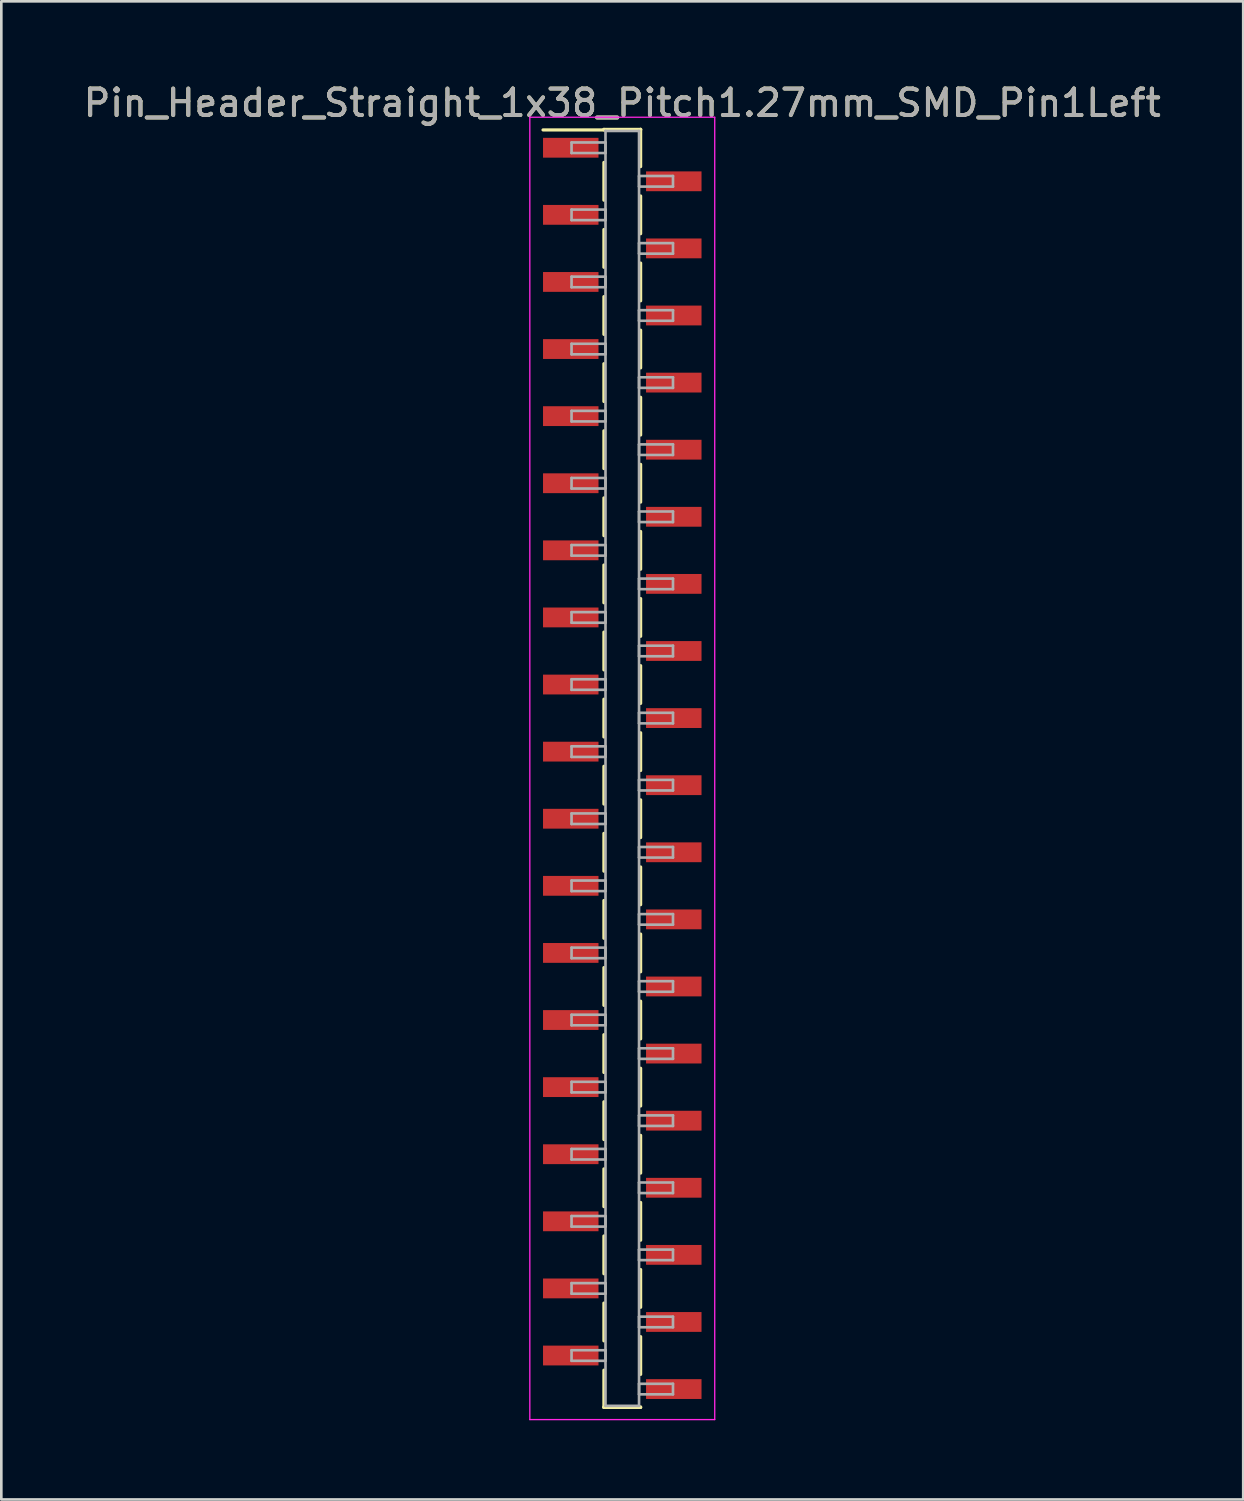
<source format=kicad_pcb>
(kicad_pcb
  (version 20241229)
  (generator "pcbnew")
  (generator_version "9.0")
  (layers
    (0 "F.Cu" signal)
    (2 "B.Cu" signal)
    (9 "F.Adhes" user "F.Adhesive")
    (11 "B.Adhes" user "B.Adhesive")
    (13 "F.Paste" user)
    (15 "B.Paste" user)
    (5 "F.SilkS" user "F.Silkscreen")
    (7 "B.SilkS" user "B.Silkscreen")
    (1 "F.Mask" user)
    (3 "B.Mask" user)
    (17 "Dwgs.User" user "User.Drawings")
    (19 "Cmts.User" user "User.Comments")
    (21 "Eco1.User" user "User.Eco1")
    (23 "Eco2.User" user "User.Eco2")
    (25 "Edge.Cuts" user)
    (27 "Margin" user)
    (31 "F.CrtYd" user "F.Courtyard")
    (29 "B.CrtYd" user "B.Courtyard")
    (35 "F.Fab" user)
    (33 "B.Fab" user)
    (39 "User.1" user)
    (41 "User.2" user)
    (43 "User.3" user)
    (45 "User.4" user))
  (footprint "Pin_Header_Straight_1x38_Pitch1.27mm_SMD_Pin1Left"
    (layer "F.Cu")
    (at 20.506 26.038)
    (property "Reference" "Pin_Header_Straight_1x38_Pitch1.27mm_SMD_Pin1Left" (at 0 -25.19 0) (layer "F.SilkS") (effects (font (size 1 1) (thickness 0.15))))
    (attr smd)
    (fp_line (start -0.695 -24.19) (end 0.695 -24.19) (stroke (width 0.12) (type solid)) (layer "F.SilkS"))
    (fp_line (start -0.695 -24.17) (end -3 -24.17) (stroke (width 0.12) (type solid)) (layer "F.SilkS"))
    (fp_line (start -0.695 -24.17) (end -0.695 -24.19) (stroke (width 0.12) (type solid)) (layer "F.SilkS"))
    (fp_line (start -0.695 -22.94) (end -0.695 -21.51) (stroke (width 0.12) (type solid)) (layer "F.SilkS"))
    (fp_line (start -0.695 -20.4) (end -0.695 -18.97) (stroke (width 0.12) (type solid)) (layer "F.SilkS"))
    (fp_line (start -0.695 -17.86) (end -0.695 -16.43) (stroke (width 0.12) (type solid)) (layer "F.SilkS"))
    (fp_line (start -0.695 -15.32) (end -0.695 -13.89) (stroke (width 0.12) (type solid)) (layer "F.SilkS"))
    (fp_line (start -0.695 -12.78) (end -0.695 -11.35) (stroke (width 0.12) (type solid)) (layer "F.SilkS"))
    (fp_line (start -0.695 -10.24) (end -0.695 -8.81) (stroke (width 0.12) (type solid)) (layer "F.SilkS"))
    (fp_line (start -0.695 -7.7) (end -0.695 -6.27) (stroke (width 0.12) (type solid)) (layer "F.SilkS"))
    (fp_line (start -0.695 -5.16) (end -0.695 -3.73) (stroke (width 0.12) (type solid)) (layer "F.SilkS"))
    (fp_line (start -0.695 -2.62) (end -0.695 -1.19) (stroke (width 0.12) (type solid)) (layer "F.SilkS"))
    (fp_line (start -0.695 -0.08) (end -0.695 1.35) (stroke (width 0.12) (type solid)) (layer "F.SilkS"))
    (fp_line (start -0.695 2.46) (end -0.695 3.89) (stroke (width 0.12) (type solid)) (layer "F.SilkS"))
    (fp_line (start -0.695 5) (end -0.695 6.43) (stroke (width 0.12) (type solid)) (layer "F.SilkS"))
    (fp_line (start -0.695 7.54) (end -0.695 8.97) (stroke (width 0.12) (type solid)) (layer "F.SilkS"))
    (fp_line (start -0.695 10.08) (end -0.695 11.51) (stroke (width 0.12) (type solid)) (layer "F.SilkS"))
    (fp_line (start -0.695 12.62) (end -0.695 14.05) (stroke (width 0.12) (type solid)) (layer "F.SilkS"))
    (fp_line (start -0.695 15.16) (end -0.695 16.59) (stroke (width 0.12) (type solid)) (layer "F.SilkS"))
    (fp_line (start -0.695 17.7) (end -0.695 19.13) (stroke (width 0.12) (type solid)) (layer "F.SilkS"))
    (fp_line (start -0.695 20.24) (end -0.695 21.67) (stroke (width 0.12) (type solid)) (layer "F.SilkS"))
    (fp_line (start -0.695 22.78) (end -0.695 24.19) (stroke (width 0.12) (type solid)) (layer "F.SilkS"))
    (fp_line (start -0.695 24.17) (end -0.695 24.19) (stroke (width 0.12) (type solid)) (layer "F.SilkS"))
    (fp_line (start -0.695 24.19) (end 0.695 24.19) (stroke (width 0.12) (type solid)) (layer "F.SilkS"))
    (fp_line (start 0.695 -24.19) (end 0.695 -24.17) (stroke (width 0.12) (type solid)) (layer "F.SilkS"))
    (fp_line (start 0.695 -24.19) (end 0.695 -22.78) (stroke (width 0.12) (type solid)) (layer "F.SilkS"))
    (fp_line (start 0.695 -21.67) (end 0.695 -20.24) (stroke (width 0.12) (type solid)) (layer "F.SilkS"))
    (fp_line (start 0.695 -19.13) (end 0.695 -17.7) (stroke (width 0.12) (type solid)) (layer "F.SilkS"))
    (fp_line (start 0.695 -16.59) (end 0.695 -15.16) (stroke (width 0.12) (type solid)) (layer "F.SilkS"))
    (fp_line (start 0.695 -14.05) (end 0.695 -12.62) (stroke (width 0.12) (type solid)) (layer "F.SilkS"))
    (fp_line (start 0.695 -11.51) (end 0.695 -10.08) (stroke (width 0.12) (type solid)) (layer "F.SilkS"))
    (fp_line (start 0.695 -8.97) (end 0.695 -7.54) (stroke (width 0.12) (type solid)) (layer "F.SilkS"))
    (fp_line (start 0.695 -6.43) (end 0.695 -5) (stroke (width 0.12) (type solid)) (layer "F.SilkS"))
    (fp_line (start 0.695 -3.89) (end 0.695 -2.46) (stroke (width 0.12) (type solid)) (layer "F.SilkS"))
    (fp_line (start 0.695 -1.35) (end 0.695 0.08) (stroke (width 0.12) (type solid)) (layer "F.SilkS"))
    (fp_line (start 0.695 1.19) (end 0.695 2.62) (stroke (width 0.12) (type solid)) (layer "F.SilkS"))
    (fp_line (start 0.695 3.73) (end 0.695 5.16) (stroke (width 0.12) (type solid)) (layer "F.SilkS"))
    (fp_line (start 0.695 6.27) (end 0.695 7.7) (stroke (width 0.12) (type solid)) (layer "F.SilkS"))
    (fp_line (start 0.695 8.81) (end 0.695 10.24) (stroke (width 0.12) (type solid)) (layer "F.SilkS"))
    (fp_line (start 0.695 11.35) (end 0.695 12.78) (stroke (width 0.12) (type solid)) (layer "F.SilkS"))
    (fp_line (start 0.695 13.89) (end 0.695 15.32) (stroke (width 0.12) (type solid)) (layer "F.SilkS"))
    (fp_line (start 0.695 16.43) (end 0.695 17.86) (stroke (width 0.12) (type solid)) (layer "F.SilkS"))
    (fp_line (start 0.695 18.97) (end 0.695 20.4) (stroke (width 0.12) (type solid)) (layer "F.SilkS"))
    (fp_line (start 0.695 21.51) (end 0.695 22.94) (stroke (width 0.12) (type solid)) (layer "F.SilkS"))
    (fp_line (start 0.695 24.19) (end 0.695 24.17) (stroke (width 0.12) (type solid)) (layer "F.SilkS"))
    (fp_line (start -3.5 -24.65) (end -3.5 24.65) (stroke (width 0.05) (type solid)) (layer "F.CrtYd"))
    (fp_line (start -3.5 24.65) (end 3.5 24.65) (stroke (width 0.05) (type solid)) (layer "F.CrtYd"))
    (fp_line (start 3.5 -24.65) (end -3.5 -24.65) (stroke (width 0.05) (type solid)) (layer "F.CrtYd"))
    (fp_line (start 3.5 24.65) (end 3.5 -24.65) (stroke (width 0.05) (type solid)) (layer "F.CrtYd"))
    (fp_line (start -1.92 -23.695) (end -0.635 -23.695) (stroke (width 0.1) (type solid)) (layer "F.Fab"))
    (fp_line (start -1.92 -23.295) (end -1.92 -23.695) (stroke (width 0.1) (type solid)) (layer "F.Fab"))
    (fp_line (start -1.92 -21.155) (end -0.635 -21.155) (stroke (width 0.1) (type solid)) (layer "F.Fab"))
    (fp_line (start -1.92 -20.755) (end -1.92 -21.155) (stroke (width 0.1) (type solid)) (layer "F.Fab"))
    (fp_line (start -1.92 -18.615) (end -0.635 -18.615) (stroke (width 0.1) (type solid)) (layer "F.Fab"))
    (fp_line (start -1.92 -18.215) (end -1.92 -18.615) (stroke (width 0.1) (type solid)) (layer "F.Fab"))
    (fp_line (start -1.92 -16.075) (end -0.635 -16.075) (stroke (width 0.1) (type solid)) (layer "F.Fab"))
    (fp_line (start -1.92 -15.675) (end -1.92 -16.075) (stroke (width 0.1) (type solid)) (layer "F.Fab"))
    (fp_line (start -1.92 -13.535) (end -0.635 -13.535) (stroke (width 0.1) (type solid)) (layer "F.Fab"))
    (fp_line (start -1.92 -13.135) (end -1.92 -13.535) (stroke (width 0.1) (type solid)) (layer "F.Fab"))
    (fp_line (start -1.92 -10.995) (end -0.635 -10.995) (stroke (width 0.1) (type solid)) (layer "F.Fab"))
    (fp_line (start -1.92 -10.595) (end -1.92 -10.995) (stroke (width 0.1) (type solid)) (layer "F.Fab"))
    (fp_line (start -1.92 -8.455) (end -0.635 -8.455) (stroke (width 0.1) (type solid)) (layer "F.Fab"))
    (fp_line (start -1.92 -8.055) (end -1.92 -8.455) (stroke (width 0.1) (type solid)) (layer "F.Fab"))
    (fp_line (start -1.92 -5.915) (end -0.635 -5.915) (stroke (width 0.1) (type solid)) (layer "F.Fab"))
    (fp_line (start -1.92 -5.515) (end -1.92 -5.915) (stroke (width 0.1) (type solid)) (layer "F.Fab"))
    (fp_line (start -1.92 -3.375) (end -0.635 -3.375) (stroke (width 0.1) (type solid)) (layer "F.Fab"))
    (fp_line (start -1.92 -2.975) (end -1.92 -3.375) (stroke (width 0.1) (type solid)) (layer "F.Fab"))
    (fp_line (start -1.92 -0.835) (end -0.635 -0.835) (stroke (width 0.1) (type solid)) (layer "F.Fab"))
    (fp_line (start -1.92 -0.435) (end -1.92 -0.835) (stroke (width 0.1) (type solid)) (layer "F.Fab"))
    (fp_line (start -1.92 1.705) (end -0.635 1.705) (stroke (width 0.1) (type solid)) (layer "F.Fab"))
    (fp_line (start -1.92 2.105) (end -1.92 1.705) (stroke (width 0.1) (type solid)) (layer "F.Fab"))
    (fp_line (start -1.92 4.245) (end -0.635 4.245) (stroke (width 0.1) (type solid)) (layer "F.Fab"))
    (fp_line (start -1.92 4.645) (end -1.92 4.245) (stroke (width 0.1) (type solid)) (layer "F.Fab"))
    (fp_line (start -1.92 6.785) (end -0.635 6.785) (stroke (width 0.1) (type solid)) (layer "F.Fab"))
    (fp_line (start -1.92 7.185) (end -1.92 6.785) (stroke (width 0.1) (type solid)) (layer "F.Fab"))
    (fp_line (start -1.92 9.325) (end -0.635 9.325) (stroke (width 0.1) (type solid)) (layer "F.Fab"))
    (fp_line (start -1.92 9.725) (end -1.92 9.325) (stroke (width 0.1) (type solid)) (layer "F.Fab"))
    (fp_line (start -1.92 11.865) (end -0.635 11.865) (stroke (width 0.1) (type solid)) (layer "F.Fab"))
    (fp_line (start -1.92 12.265) (end -1.92 11.865) (stroke (width 0.1) (type solid)) (layer "F.Fab"))
    (fp_line (start -1.92 14.405) (end -0.635 14.405) (stroke (width 0.1) (type solid)) (layer "F.Fab"))
    (fp_line (start -1.92 14.805) (end -1.92 14.405) (stroke (width 0.1) (type solid)) (layer "F.Fab"))
    (fp_line (start -1.92 16.945) (end -0.635 16.945) (stroke (width 0.1) (type solid)) (layer "F.Fab"))
    (fp_line (start -1.92 17.345) (end -1.92 16.945) (stroke (width 0.1) (type solid)) (layer "F.Fab"))
    (fp_line (start -1.92 19.485) (end -0.635 19.485) (stroke (width 0.1) (type solid)) (layer "F.Fab"))
    (fp_line (start -1.92 19.885) (end -1.92 19.485) (stroke (width 0.1) (type solid)) (layer "F.Fab"))
    (fp_line (start -1.92 22.025) (end -0.635 22.025) (stroke (width 0.1) (type solid)) (layer "F.Fab"))
    (fp_line (start -1.92 22.425) (end -1.92 22.025) (stroke (width 0.1) (type solid)) (layer "F.Fab"))
    (fp_line (start -0.635 -24.13) (end -0.635 24.13) (stroke (width 0.1) (type solid)) (layer "F.Fab"))
    (fp_line (start -0.635 -23.695) (end -0.635 -23.295) (stroke (width 0.1) (type solid)) (layer "F.Fab"))
    (fp_line (start -0.635 -23.295) (end -1.92 -23.295) (stroke (width 0.1) (type solid)) (layer "F.Fab"))
    (fp_line (start -0.635 -21.155) (end -0.635 -20.755) (stroke (width 0.1) (type solid)) (layer "F.Fab"))
    (fp_line (start -0.635 -20.755) (end -1.92 -20.755) (stroke (width 0.1) (type solid)) (layer "F.Fab"))
    (fp_line (start -0.635 -18.615) (end -0.635 -18.215) (stroke (width 0.1) (type solid)) (layer "F.Fab"))
    (fp_line (start -0.635 -18.215) (end -1.92 -18.215) (stroke (width 0.1) (type solid)) (layer "F.Fab"))
    (fp_line (start -0.635 -16.075) (end -0.635 -15.675) (stroke (width 0.1) (type solid)) (layer "F.Fab"))
    (fp_line (start -0.635 -15.675) (end -1.92 -15.675) (stroke (width 0.1) (type solid)) (layer "F.Fab"))
    (fp_line (start -0.635 -13.535) (end -0.635 -13.135) (stroke (width 0.1) (type solid)) (layer "F.Fab"))
    (fp_line (start -0.635 -13.135) (end -1.92 -13.135) (stroke (width 0.1) (type solid)) (layer "F.Fab"))
    (fp_line (start -0.635 -10.995) (end -0.635 -10.595) (stroke (width 0.1) (type solid)) (layer "F.Fab"))
    (fp_line (start -0.635 -10.595) (end -1.92 -10.595) (stroke (width 0.1) (type solid)) (layer "F.Fab"))
    (fp_line (start -0.635 -8.455) (end -0.635 -8.055) (stroke (width 0.1) (type solid)) (layer "F.Fab"))
    (fp_line (start -0.635 -8.055) (end -1.92 -8.055) (stroke (width 0.1) (type solid)) (layer "F.Fab"))
    (fp_line (start -0.635 -5.915) (end -0.635 -5.515) (stroke (width 0.1) (type solid)) (layer "F.Fab"))
    (fp_line (start -0.635 -5.515) (end -1.92 -5.515) (stroke (width 0.1) (type solid)) (layer "F.Fab"))
    (fp_line (start -0.635 -3.375) (end -0.635 -2.975) (stroke (width 0.1) (type solid)) (layer "F.Fab"))
    (fp_line (start -0.635 -2.975) (end -1.92 -2.975) (stroke (width 0.1) (type solid)) (layer "F.Fab"))
    (fp_line (start -0.635 -0.835) (end -0.635 -0.435) (stroke (width 0.1) (type solid)) (layer "F.Fab"))
    (fp_line (start -0.635 -0.435) (end -1.92 -0.435) (stroke (width 0.1) (type solid)) (layer "F.Fab"))
    (fp_line (start -0.635 1.705) (end -0.635 2.105) (stroke (width 0.1) (type solid)) (layer "F.Fab"))
    (fp_line (start -0.635 2.105) (end -1.92 2.105) (stroke (width 0.1) (type solid)) (layer "F.Fab"))
    (fp_line (start -0.635 4.245) (end -0.635 4.645) (stroke (width 0.1) (type solid)) (layer "F.Fab"))
    (fp_line (start -0.635 4.645) (end -1.92 4.645) (stroke (width 0.1) (type solid)) (layer "F.Fab"))
    (fp_line (start -0.635 6.785) (end -0.635 7.185) (stroke (width 0.1) (type solid)) (layer "F.Fab"))
    (fp_line (start -0.635 7.185) (end -1.92 7.185) (stroke (width 0.1) (type solid)) (layer "F.Fab"))
    (fp_line (start -0.635 9.325) (end -0.635 9.725) (stroke (width 0.1) (type solid)) (layer "F.Fab"))
    (fp_line (start -0.635 9.725) (end -1.92 9.725) (stroke (width 0.1) (type solid)) (layer "F.Fab"))
    (fp_line (start -0.635 11.865) (end -0.635 12.265) (stroke (width 0.1) (type solid)) (layer "F.Fab"))
    (fp_line (start -0.635 12.265) (end -1.92 12.265) (stroke (width 0.1) (type solid)) (layer "F.Fab"))
    (fp_line (start -0.635 14.405) (end -0.635 14.805) (stroke (width 0.1) (type solid)) (layer "F.Fab"))
    (fp_line (start -0.635 14.805) (end -1.92 14.805) (stroke (width 0.1) (type solid)) (layer "F.Fab"))
    (fp_line (start -0.635 16.945) (end -0.635 17.345) (stroke (width 0.1) (type solid)) (layer "F.Fab"))
    (fp_line (start -0.635 17.345) (end -1.92 17.345) (stroke (width 0.1) (type solid)) (layer "F.Fab"))
    (fp_line (start -0.635 19.485) (end -0.635 19.885) (stroke (width 0.1) (type solid)) (layer "F.Fab"))
    (fp_line (start -0.635 19.885) (end -1.92 19.885) (stroke (width 0.1) (type solid)) (layer "F.Fab"))
    (fp_line (start -0.635 22.025) (end -0.635 22.425) (stroke (width 0.1) (type solid)) (layer "F.Fab"))
    (fp_line (start -0.635 22.425) (end -1.92 22.425) (stroke (width 0.1) (type solid)) (layer "F.Fab"))
    (fp_line (start -0.635 24.13) (end 0.635 24.13) (stroke (width 0.1) (type solid)) (layer "F.Fab"))
    (fp_line (start 0.635 -24.13) (end -0.635 -24.13) (stroke (width 0.1) (type solid)) (layer "F.Fab"))
    (fp_line (start 0.635 -22.425) (end 0.635 -22.025) (stroke (width 0.1) (type solid)) (layer "F.Fab"))
    (fp_line (start 0.635 -22.025) (end 1.92 -22.025) (stroke (width 0.1) (type solid)) (layer "F.Fab"))
    (fp_line (start 0.635 -19.885) (end 0.635 -19.485) (stroke (width 0.1) (type solid)) (layer "F.Fab"))
    (fp_line (start 0.635 -19.485) (end 1.92 -19.485) (stroke (width 0.1) (type solid)) (layer "F.Fab"))
    (fp_line (start 0.635 -17.345) (end 0.635 -16.945) (stroke (width 0.1) (type solid)) (layer "F.Fab"))
    (fp_line (start 0.635 -16.945) (end 1.92 -16.945) (stroke (width 0.1) (type solid)) (layer "F.Fab"))
    (fp_line (start 0.635 -14.805) (end 0.635 -14.405) (stroke (width 0.1) (type solid)) (layer "F.Fab"))
    (fp_line (start 0.635 -14.405) (end 1.92 -14.405) (stroke (width 0.1) (type solid)) (layer "F.Fab"))
    (fp_line (start 0.635 -12.265) (end 0.635 -11.865) (stroke (width 0.1) (type solid)) (layer "F.Fab"))
    (fp_line (start 0.635 -11.865) (end 1.92 -11.865) (stroke (width 0.1) (type solid)) (layer "F.Fab"))
    (fp_line (start 0.635 -9.725) (end 0.635 -9.325) (stroke (width 0.1) (type solid)) (layer "F.Fab"))
    (fp_line (start 0.635 -9.325) (end 1.92 -9.325) (stroke (width 0.1) (type solid)) (layer "F.Fab"))
    (fp_line (start 0.635 -7.185) (end 0.635 -6.785) (stroke (width 0.1) (type solid)) (layer "F.Fab"))
    (fp_line (start 0.635 -6.785) (end 1.92 -6.785) (stroke (width 0.1) (type solid)) (layer "F.Fab"))
    (fp_line (start 0.635 -4.645) (end 0.635 -4.245) (stroke (width 0.1) (type solid)) (layer "F.Fab"))
    (fp_line (start 0.635 -4.245) (end 1.92 -4.245) (stroke (width 0.1) (type solid)) (layer "F.Fab"))
    (fp_line (start 0.635 -2.105) (end 0.635 -1.705) (stroke (width 0.1) (type solid)) (layer "F.Fab"))
    (fp_line (start 0.635 -1.705) (end 1.92 -1.705) (stroke (width 0.1) (type solid)) (layer "F.Fab"))
    (fp_line (start 0.635 0.435) (end 0.635 0.835) (stroke (width 0.1) (type solid)) (layer "F.Fab"))
    (fp_line (start 0.635 0.835) (end 1.92 0.835) (stroke (width 0.1) (type solid)) (layer "F.Fab"))
    (fp_line (start 0.635 2.975) (end 0.635 3.375) (stroke (width 0.1) (type solid)) (layer "F.Fab"))
    (fp_line (start 0.635 3.375) (end 1.92 3.375) (stroke (width 0.1) (type solid)) (layer "F.Fab"))
    (fp_line (start 0.635 5.515) (end 0.635 5.915) (stroke (width 0.1) (type solid)) (layer "F.Fab"))
    (fp_line (start 0.635 5.915) (end 1.92 5.915) (stroke (width 0.1) (type solid)) (layer "F.Fab"))
    (fp_line (start 0.635 8.055) (end 0.635 8.455) (stroke (width 0.1) (type solid)) (layer "F.Fab"))
    (fp_line (start 0.635 8.455) (end 1.92 8.455) (stroke (width 0.1) (type solid)) (layer "F.Fab"))
    (fp_line (start 0.635 10.595) (end 0.635 10.995) (stroke (width 0.1) (type solid)) (layer "F.Fab"))
    (fp_line (start 0.635 10.995) (end 1.92 10.995) (stroke (width 0.1) (type solid)) (layer "F.Fab"))
    (fp_line (start 0.635 13.135) (end 0.635 13.535) (stroke (width 0.1) (type solid)) (layer "F.Fab"))
    (fp_line (start 0.635 13.535) (end 1.92 13.535) (stroke (width 0.1) (type solid)) (layer "F.Fab"))
    (fp_line (start 0.635 15.675) (end 0.635 16.075) (stroke (width 0.1) (type solid)) (layer "F.Fab"))
    (fp_line (start 0.635 16.075) (end 1.92 16.075) (stroke (width 0.1) (type solid)) (layer "F.Fab"))
    (fp_line (start 0.635 18.215) (end 0.635 18.615) (stroke (width 0.1) (type solid)) (layer "F.Fab"))
    (fp_line (start 0.635 18.615) (end 1.92 18.615) (stroke (width 0.1) (type solid)) (layer "F.Fab"))
    (fp_line (start 0.635 20.755) (end 0.635 21.155) (stroke (width 0.1) (type solid)) (layer "F.Fab"))
    (fp_line (start 0.635 21.155) (end 1.92 21.155) (stroke (width 0.1) (type solid)) (layer "F.Fab"))
    (fp_line (start 0.635 23.295) (end 0.635 23.695) (stroke (width 0.1) (type solid)) (layer "F.Fab"))
    (fp_line (start 0.635 23.695) (end 1.92 23.695) (stroke (width 0.1) (type solid)) (layer "F.Fab"))
    (fp_line (start 0.635 24.13) (end 0.635 -24.13) (stroke (width 0.1) (type solid)) (layer "F.Fab"))
    (fp_line (start 1.92 -22.425) (end 0.635 -22.425) (stroke (width 0.1) (type solid)) (layer "F.Fab"))
    (fp_line (start 1.92 -22.025) (end 1.92 -22.425) (stroke (width 0.1) (type solid)) (layer "F.Fab"))
    (fp_line (start 1.92 -19.885) (end 0.635 -19.885) (stroke (width 0.1) (type solid)) (layer "F.Fab"))
    (fp_line (start 1.92 -19.485) (end 1.92 -19.885) (stroke (width 0.1) (type solid)) (layer "F.Fab"))
    (fp_line (start 1.92 -17.345) (end 0.635 -17.345) (stroke (width 0.1) (type solid)) (layer "F.Fab"))
    (fp_line (start 1.92 -16.945) (end 1.92 -17.345) (stroke (width 0.1) (type solid)) (layer "F.Fab"))
    (fp_line (start 1.92 -14.805) (end 0.635 -14.805) (stroke (width 0.1) (type solid)) (layer "F.Fab"))
    (fp_line (start 1.92 -14.405) (end 1.92 -14.805) (stroke (width 0.1) (type solid)) (layer "F.Fab"))
    (fp_line (start 1.92 -12.265) (end 0.635 -12.265) (stroke (width 0.1) (type solid)) (layer "F.Fab"))
    (fp_line (start 1.92 -11.865) (end 1.92 -12.265) (stroke (width 0.1) (type solid)) (layer "F.Fab"))
    (fp_line (start 1.92 -9.725) (end 0.635 -9.725) (stroke (width 0.1) (type solid)) (layer "F.Fab"))
    (fp_line (start 1.92 -9.325) (end 1.92 -9.725) (stroke (width 0.1) (type solid)) (layer "F.Fab"))
    (fp_line (start 1.92 -7.185) (end 0.635 -7.185) (stroke (width 0.1) (type solid)) (layer "F.Fab"))
    (fp_line (start 1.92 -6.785) (end 1.92 -7.185) (stroke (width 0.1) (type solid)) (layer "F.Fab"))
    (fp_line (start 1.92 -4.645) (end 0.635 -4.645) (stroke (width 0.1) (type solid)) (layer "F.Fab"))
    (fp_line (start 1.92 -4.245) (end 1.92 -4.645) (stroke (width 0.1) (type solid)) (layer "F.Fab"))
    (fp_line (start 1.92 -2.105) (end 0.635 -2.105) (stroke (width 0.1) (type solid)) (layer "F.Fab"))
    (fp_line (start 1.92 -1.705) (end 1.92 -2.105) (stroke (width 0.1) (type solid)) (layer "F.Fab"))
    (fp_line (start 1.92 0.435) (end 0.635 0.435) (stroke (width 0.1) (type solid)) (layer "F.Fab"))
    (fp_line (start 1.92 0.835) (end 1.92 0.435) (stroke (width 0.1) (type solid)) (layer "F.Fab"))
    (fp_line (start 1.92 2.975) (end 0.635 2.975) (stroke (width 0.1) (type solid)) (layer "F.Fab"))
    (fp_line (start 1.92 3.375) (end 1.92 2.975) (stroke (width 0.1) (type solid)) (layer "F.Fab"))
    (fp_line (start 1.92 5.515) (end 0.635 5.515) (stroke (width 0.1) (type solid)) (layer "F.Fab"))
    (fp_line (start 1.92 5.915) (end 1.92 5.515) (stroke (width 0.1) (type solid)) (layer "F.Fab"))
    (fp_line (start 1.92 8.055) (end 0.635 8.055) (stroke (width 0.1) (type solid)) (layer "F.Fab"))
    (fp_line (start 1.92 8.455) (end 1.92 8.055) (stroke (width 0.1) (type solid)) (layer "F.Fab"))
    (fp_line (start 1.92 10.595) (end 0.635 10.595) (stroke (width 0.1) (type solid)) (layer "F.Fab"))
    (fp_line (start 1.92 10.995) (end 1.92 10.595) (stroke (width 0.1) (type solid)) (layer "F.Fab"))
    (fp_line (start 1.92 13.135) (end 0.635 13.135) (stroke (width 0.1) (type solid)) (layer "F.Fab"))
    (fp_line (start 1.92 13.535) (end 1.92 13.135) (stroke (width 0.1) (type solid)) (layer "F.Fab"))
    (fp_line (start 1.92 15.675) (end 0.635 15.675) (stroke (width 0.1) (type solid)) (layer "F.Fab"))
    (fp_line (start 1.92 16.075) (end 1.92 15.675) (stroke (width 0.1) (type solid)) (layer "F.Fab"))
    (fp_line (start 1.92 18.215) (end 0.635 18.215) (stroke (width 0.1) (type solid)) (layer "F.Fab"))
    (fp_line (start 1.92 18.615) (end 1.92 18.215) (stroke (width 0.1) (type solid)) (layer "F.Fab"))
    (fp_line (start 1.92 20.755) (end 0.635 20.755) (stroke (width 0.1) (type solid)) (layer "F.Fab"))
    (fp_line (start 1.92 21.155) (end 1.92 20.755) (stroke (width 0.1) (type solid)) (layer "F.Fab"))
    (fp_line (start 1.92 23.295) (end 0.635 23.295) (stroke (width 0.1) (type solid)) (layer "F.Fab"))
    (fp_line (start 1.92 23.695) (end 1.92 23.295) (stroke (width 0.1) (type solid)) (layer "F.Fab"))
    (fp_text user "${REFERENCE}" (at 0 -25.19 0) (layer "F.Fab") (effects (font (size 1 1) (thickness 0.15))))
    (pad "1" smd rect (at -1.95 -23.495) (size 2.1 0.75) (layers "F.Cu" "F.Mask" "F.Paste"))
    (pad "2" smd rect (at 1.95 -22.225) (size 2.1 0.75) (layers "F.Cu" "F.Mask" "F.Paste"))
    (pad "3" smd rect (at -1.95 -20.955) (size 2.1 0.75) (layers "F.Cu" "F.Mask" "F.Paste"))
    (pad "4" smd rect (at 1.95 -19.685) (size 2.1 0.75) (layers "F.Cu" "F.Mask" "F.Paste"))
    (pad "5" smd rect (at -1.95 -18.415) (size 2.1 0.75) (layers "F.Cu" "F.Mask" "F.Paste"))
    (pad "6" smd rect (at 1.95 -17.145) (size 2.1 0.75) (layers "F.Cu" "F.Mask" "F.Paste"))
    (pad "7" smd rect (at -1.95 -15.875) (size 2.1 0.75) (layers "F.Cu" "F.Mask" "F.Paste"))
    (pad "8" smd rect (at 1.95 -14.605) (size 2.1 0.75) (layers "F.Cu" "F.Mask" "F.Paste"))
    (pad "9" smd rect (at -1.95 -13.335) (size 2.1 0.75) (layers "F.Cu" "F.Mask" "F.Paste"))
    (pad "10" smd rect (at 1.95 -12.065) (size 2.1 0.75) (layers "F.Cu" "F.Mask" "F.Paste"))
    (pad "11" smd rect (at -1.95 -10.795) (size 2.1 0.75) (layers "F.Cu" "F.Mask" "F.Paste"))
    (pad "12" smd rect (at 1.95 -9.525) (size 2.1 0.75) (layers "F.Cu" "F.Mask" "F.Paste"))
    (pad "13" smd rect (at -1.95 -8.255) (size 2.1 0.75) (layers "F.Cu" "F.Mask" "F.Paste"))
    (pad "14" smd rect (at 1.95 -6.985) (size 2.1 0.75) (layers "F.Cu" "F.Mask" "F.Paste"))
    (pad "15" smd rect (at -1.95 -5.715) (size 2.1 0.75) (layers "F.Cu" "F.Mask" "F.Paste"))
    (pad "16" smd rect (at 1.95 -4.445) (size 2.1 0.75) (layers "F.Cu" "F.Mask" "F.Paste"))
    (pad "17" smd rect (at -1.95 -3.175) (size 2.1 0.75) (layers "F.Cu" "F.Mask" "F.Paste"))
    (pad "18" smd rect (at 1.95 -1.905) (size 2.1 0.75) (layers "F.Cu" "F.Mask" "F.Paste"))
    (pad "19" smd rect (at -1.95 -0.635) (size 2.1 0.75) (layers "F.Cu" "F.Mask" "F.Paste"))
    (pad "20" smd rect (at 1.95 0.635) (size 2.1 0.75) (layers "F.Cu" "F.Mask" "F.Paste"))
    (pad "21" smd rect (at -1.95 1.905) (size 2.1 0.75) (layers "F.Cu" "F.Mask" "F.Paste"))
    (pad "22" smd rect (at 1.95 3.175) (size 2.1 0.75) (layers "F.Cu" "F.Mask" "F.Paste"))
    (pad "23" smd rect (at -1.95 4.445) (size 2.1 0.75) (layers "F.Cu" "F.Mask" "F.Paste"))
    (pad "24" smd rect (at 1.95 5.715) (size 2.1 0.75) (layers "F.Cu" "F.Mask" "F.Paste"))
    (pad "25" smd rect (at -1.95 6.985) (size 2.1 0.75) (layers "F.Cu" "F.Mask" "F.Paste"))
    (pad "26" smd rect (at 1.95 8.255) (size 2.1 0.75) (layers "F.Cu" "F.Mask" "F.Paste"))
    (pad "27" smd rect (at -1.95 9.525) (size 2.1 0.75) (layers "F.Cu" "F.Mask" "F.Paste"))
    (pad "28" smd rect (at 1.95 10.795) (size 2.1 0.75) (layers "F.Cu" "F.Mask" "F.Paste"))
    (pad "29" smd rect (at -1.95 12.065) (size 2.1 0.75) (layers "F.Cu" "F.Mask" "F.Paste"))
    (pad "30" smd rect (at 1.95 13.335) (size 2.1 0.75) (layers "F.Cu" "F.Mask" "F.Paste"))
    (pad "31" smd rect (at -1.95 14.605) (size 2.1 0.75) (layers "F.Cu" "F.Mask" "F.Paste"))
    (pad "32" smd rect (at 1.95 15.875) (size 2.1 0.75) (layers "F.Cu" "F.Mask" "F.Paste"))
    (pad "33" smd rect (at -1.95 17.145) (size 2.1 0.75) (layers "F.Cu" "F.Mask" "F.Paste"))
    (pad "34" smd rect (at 1.95 18.415) (size 2.1 0.75) (layers "F.Cu" "F.Mask" "F.Paste"))
    (pad "35" smd rect (at -1.95 19.685) (size 2.1 0.75) (layers "F.Cu" "F.Mask" "F.Paste"))
    (pad "36" smd rect (at 1.95 20.955) (size 2.1 0.75) (layers "F.Cu" "F.Mask" "F.Paste"))
    (pad "37" smd rect (at -1.95 22.225) (size 2.1 0.75) (layers "F.Cu" "F.Mask" "F.Paste"))
    (pad "38" smd rect (at 1.95 23.495) (size 2.1 0.75) (layers "F.Cu" "F.Mask" "F.Paste")))
  (gr_rect
    (start -3 -3)
    (end 44.012 53.713)
    (stroke (width 0.1) (type default))
    (fill no)
    (layer "Edge.Cuts")))
</source>
